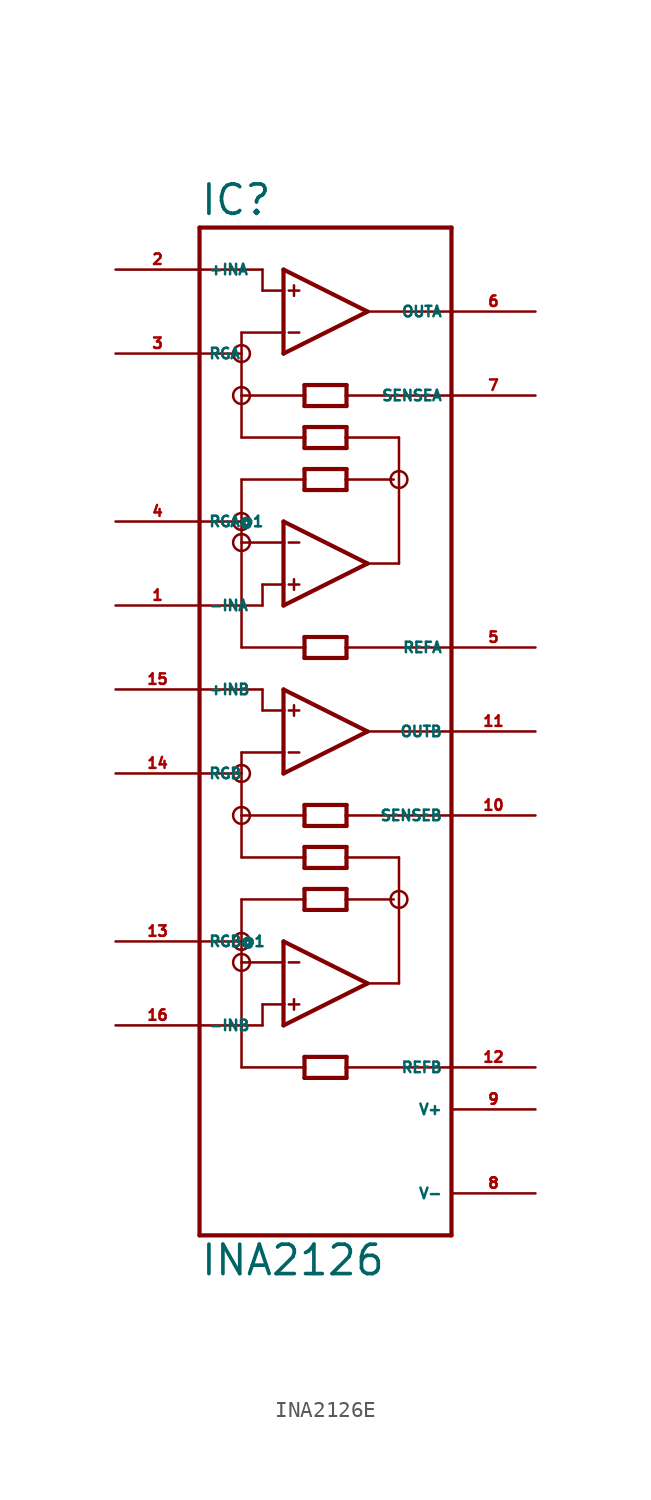
<source format=kicad_sym>
(kicad_symbol_lib
  (version 20220914)
  (generator Eagle2Kicad)
  (symbol "INA2126E"
    (property "Reference" "IC"
      (at -7.62 28.575 0)
      (effects (font (size 1.778 1.778) (thickness 0.22)) (justify left bottom)))
    (property "Value" "INA2126"
      (at -7.62 -35.56 0)
      (effects (font (size 1.778 1.778) (thickness 0.22)) (justify left bottom)))
    (polyline
      (pts (xy -2.54 20.32) (xy -2.54 21.59))
      (stroke (width 0.254) (type default))
      (fill (type none)))
    (polyline
      (pts (xy -2.54 21.59) (xy -2.54 24.13))
      (stroke (width 0.254) (type default))
      (fill (type none)))
    (polyline
      (pts (xy -2.54 24.13) (xy -2.54 25.4))
      (stroke (width 0.254) (type default))
      (fill (type none)))
    (polyline
      (pts (xy -2.54 25.4) (xy 2.54 22.86))
      (stroke (width 0.254) (type default))
      (fill (type none)))
    (polyline
      (pts (xy 2.54 22.86) (xy -2.54 20.32))
      (stroke (width 0.254) (type default))
      (fill (type none)))
    (polyline
      (pts (xy -2.54 24.13) (xy -3.81 24.13))
      (stroke (width 0.152) (type default))
      (fill (type none)))
    (polyline
      (pts (xy 1.27 15.875) (xy 1.27 15.24))
      (stroke (width 0.254) (type default))
      (fill (type none)))
    (polyline
      (pts (xy 1.27 15.24) (xy 1.27 14.605))
      (stroke (width 0.254) (type default))
      (fill (type none)))
    (polyline
      (pts (xy 1.27 14.605) (xy -1.27 14.605))
      (stroke (width 0.254) (type default))
      (fill (type none)))
    (polyline
      (pts (xy -1.27 14.605) (xy -1.27 15.24))
      (stroke (width 0.254) (type default))
      (fill (type none)))
    (polyline
      (pts (xy -1.27 15.24) (xy -1.27 15.875))
      (stroke (width 0.254) (type default))
      (fill (type none)))
    (polyline
      (pts (xy -1.27 15.875) (xy 1.27 15.875))
      (stroke (width 0.254) (type default))
      (fill (type none)))
    (polyline
      (pts (xy -1.27 18.415) (xy -1.27 17.78))
      (stroke (width 0.254) (type default))
      (fill (type none)))
    (polyline
      (pts (xy -1.27 17.78) (xy -1.27 17.145))
      (stroke (width 0.254) (type default))
      (fill (type none)))
    (polyline
      (pts (xy -1.27 17.145) (xy 1.27 17.145))
      (stroke (width 0.254) (type default))
      (fill (type none)))
    (polyline
      (pts (xy 1.27 17.145) (xy 1.27 17.78))
      (stroke (width 0.254) (type default))
      (fill (type none)))
    (polyline
      (pts (xy 1.27 17.78) (xy 1.27 18.415))
      (stroke (width 0.254) (type default))
      (fill (type none)))
    (polyline
      (pts (xy 1.27 18.415) (xy -1.27 18.415))
      (stroke (width 0.254) (type default))
      (fill (type none)))
    (polyline
      (pts (xy -2.54 21.59) (xy -5.08 21.59))
      (stroke (width 0.152) (type default))
      (fill (type none)))
    (polyline
      (pts (xy -5.08 21.59) (xy -5.08 20.32))
      (stroke (width 0.152) (type default))
      (fill (type none)))
    (polyline
      (pts (xy -2.223 24.13) (xy -1.587 24.13))
      (stroke (width 0.152) (type default))
      (fill (type none)))
    (polyline
      (pts (xy -2.223 21.59) (xy -1.587 21.59))
      (stroke (width 0.152) (type default))
      (fill (type none)))
    (polyline
      (pts (xy -1.905 24.448) (xy -1.905 23.812))
      (stroke (width 0.152) (type default))
      (fill (type none)))
    (polyline
      (pts (xy 2.54 22.86) (xy 7.62 22.86))
      (stroke (width 0.152) (type default))
      (fill (type none)))
    (polyline
      (pts (xy -2.54 5.08) (xy -2.54 6.35))
      (stroke (width 0.254) (type default))
      (fill (type none)))
    (polyline
      (pts (xy -2.54 6.35) (xy -2.54 8.89))
      (stroke (width 0.254) (type default))
      (fill (type none)))
    (polyline
      (pts (xy -2.54 8.89) (xy -2.54 10.16))
      (stroke (width 0.254) (type default))
      (fill (type none)))
    (polyline
      (pts (xy -2.54 10.16) (xy 2.54 7.62))
      (stroke (width 0.254) (type default))
      (fill (type none)))
    (polyline
      (pts (xy 2.54 7.62) (xy -2.54 5.08))
      (stroke (width 0.254) (type default))
      (fill (type none)))
    (polyline
      (pts (xy 1.27 12.065) (xy 1.27 12.7))
      (stroke (width 0.254) (type default))
      (fill (type none)))
    (polyline
      (pts (xy 1.27 12.7) (xy 1.27 13.335))
      (stroke (width 0.254) (type default))
      (fill (type none)))
    (polyline
      (pts (xy 1.27 13.335) (xy -1.27 13.335))
      (stroke (width 0.254) (type default))
      (fill (type none)))
    (polyline
      (pts (xy -1.27 13.335) (xy -1.27 12.7))
      (stroke (width 0.254) (type default))
      (fill (type none)))
    (polyline
      (pts (xy -1.27 12.7) (xy -1.27 12.065))
      (stroke (width 0.254) (type default))
      (fill (type none)))
    (polyline
      (pts (xy -1.27 12.065) (xy 1.27 12.065))
      (stroke (width 0.254) (type default))
      (fill (type none)))
    (polyline
      (pts (xy -1.27 1.905) (xy -1.27 2.54))
      (stroke (width 0.254) (type default))
      (fill (type none)))
    (polyline
      (pts (xy -1.27 2.54) (xy -1.27 3.175))
      (stroke (width 0.254) (type default))
      (fill (type none)))
    (polyline
      (pts (xy -1.27 3.175) (xy 1.27 3.175))
      (stroke (width 0.254) (type default))
      (fill (type none)))
    (polyline
      (pts (xy 1.27 3.175) (xy 1.27 2.54))
      (stroke (width 0.254) (type default))
      (fill (type none)))
    (polyline
      (pts (xy 1.27 2.54) (xy 1.27 1.905))
      (stroke (width 0.254) (type default))
      (fill (type none)))
    (polyline
      (pts (xy 1.27 1.905) (xy -1.27 1.905))
      (stroke (width 0.254) (type default))
      (fill (type none)))
    (polyline
      (pts (xy -2.54 8.89) (xy -5.08 8.89))
      (stroke (width 0.152) (type default))
      (fill (type none)))
    (polyline
      (pts (xy -5.08 8.89) (xy -5.08 10.16))
      (stroke (width 0.152) (type default))
      (fill (type none)))
    (polyline
      (pts (xy -2.54 6.35) (xy -3.81 6.35))
      (stroke (width 0.152) (type default))
      (fill (type none)))
    (polyline
      (pts (xy -2.223 8.89) (xy -1.587 8.89))
      (stroke (width 0.152) (type default))
      (fill (type none)))
    (polyline
      (pts (xy -2.223 6.35) (xy -1.587 6.35))
      (stroke (width 0.152) (type default))
      (fill (type none)))
    (polyline
      (pts (xy -1.905 6.668) (xy -1.905 6.032))
      (stroke (width 0.152) (type default))
      (fill (type none)))
    (polyline
      (pts (xy 2.54 7.62) (xy 4.445 7.62))
      (stroke (width 0.152) (type default))
      (fill (type none)))
    (polyline
      (pts (xy -7.62 25.4) (xy -3.81 25.4))
      (stroke (width 0.152) (type default))
      (fill (type none)))
    (polyline
      (pts (xy -3.81 25.4) (xy -3.81 24.13))
      (stroke (width 0.152) (type default))
      (fill (type none)))
    (polyline
      (pts (xy -7.62 20.32) (xy -5.08 20.32))
      (stroke (width 0.152) (type default))
      (fill (type none)))
    (polyline
      (pts (xy -5.08 20.32) (xy -5.08 17.78))
      (stroke (width 0.152) (type default))
      (fill (type none)))
    (polyline
      (pts (xy -5.08 17.78) (xy -1.27 17.78))
      (stroke (width 0.152) (type default))
      (fill (type none)))
    (polyline
      (pts (xy -3.81 6.35) (xy -3.81 5.08))
      (stroke (width 0.152) (type default))
      (fill (type none)))
    (polyline
      (pts (xy -3.81 5.08) (xy -7.62 5.08))
      (stroke (width 0.152) (type default))
      (fill (type none)))
    (polyline
      (pts (xy -7.62 10.16) (xy -5.08 10.16))
      (stroke (width 0.152) (type default))
      (fill (type none)))
    (polyline
      (pts (xy -5.08 15.24) (xy -1.27 15.24))
      (stroke (width 0.152) (type default))
      (fill (type none)))
    (polyline
      (pts (xy -5.08 17.78) (xy -5.08 15.24))
      (stroke (width 0.152) (type default))
      (fill (type none)))
    (polyline
      (pts (xy 1.27 15.24) (xy 4.445 15.24))
      (stroke (width 0.152) (type default))
      (fill (type none)))
    (polyline
      (pts (xy 4.445 15.24) (xy 4.445 7.62))
      (stroke (width 0.152) (type default))
      (fill (type none)))
    (polyline
      (pts (xy 1.27 12.7) (xy 4.128 12.7))
      (stroke (width 0.152) (type default))
      (fill (type none)))
    (polyline
      (pts (xy -1.27 12.7) (xy -5.08 12.7))
      (stroke (width 0.152) (type default))
      (fill (type none)))
    (polyline
      (pts (xy -5.08 12.7) (xy -5.08 10.16))
      (stroke (width 0.152) (type default))
      (fill (type none)))
    (polyline
      (pts (xy -5.08 8.89) (xy -5.08 2.54))
      (stroke (width 0.152) (type default))
      (fill (type none)))
    (polyline
      (pts (xy 1.27 2.54) (xy 7.62 2.54))
      (stroke (width 0.152) (type default))
      (fill (type none)))
    (polyline
      (pts (xy -5.08 2.54) (xy -1.27 2.54))
      (stroke (width 0.152) (type default))
      (fill (type none)))
    (polyline
      (pts (xy -2.54 -5.08) (xy -2.54 -3.81))
      (stroke (width 0.254) (type default))
      (fill (type none)))
    (polyline
      (pts (xy -2.54 -3.81) (xy -2.54 -1.27))
      (stroke (width 0.254) (type default))
      (fill (type none)))
    (polyline
      (pts (xy -2.54 -1.27) (xy -2.54 0))
      (stroke (width 0.254) (type default))
      (fill (type none)))
    (polyline
      (pts (xy -2.54 0) (xy 2.54 -2.54))
      (stroke (width 0.254) (type default))
      (fill (type none)))
    (polyline
      (pts (xy 2.54 -2.54) (xy -2.54 -5.08))
      (stroke (width 0.254) (type default))
      (fill (type none)))
    (polyline
      (pts (xy -2.54 -1.27) (xy -3.81 -1.27))
      (stroke (width 0.152) (type default))
      (fill (type none)))
    (polyline
      (pts (xy 1.27 -9.525) (xy 1.27 -10.16))
      (stroke (width 0.254) (type default))
      (fill (type none)))
    (polyline
      (pts (xy 1.27 -10.16) (xy 1.27 -10.795))
      (stroke (width 0.254) (type default))
      (fill (type none)))
    (polyline
      (pts (xy 1.27 -10.795) (xy -1.27 -10.795))
      (stroke (width 0.254) (type default))
      (fill (type none)))
    (polyline
      (pts (xy -1.27 -10.795) (xy -1.27 -10.16))
      (stroke (width 0.254) (type default))
      (fill (type none)))
    (polyline
      (pts (xy -1.27 -10.16) (xy -1.27 -9.525))
      (stroke (width 0.254) (type default))
      (fill (type none)))
    (polyline
      (pts (xy -1.27 -9.525) (xy 1.27 -9.525))
      (stroke (width 0.254) (type default))
      (fill (type none)))
    (polyline
      (pts (xy -1.27 -6.985) (xy -1.27 -7.62))
      (stroke (width 0.254) (type default))
      (fill (type none)))
    (polyline
      (pts (xy -1.27 -7.62) (xy -1.27 -8.255))
      (stroke (width 0.254) (type default))
      (fill (type none)))
    (polyline
      (pts (xy -1.27 -8.255) (xy 1.27 -8.255))
      (stroke (width 0.254) (type default))
      (fill (type none)))
    (polyline
      (pts (xy 1.27 -8.255) (xy 1.27 -7.62))
      (stroke (width 0.254) (type default))
      (fill (type none)))
    (polyline
      (pts (xy 1.27 -7.62) (xy 1.27 -6.985))
      (stroke (width 0.254) (type default))
      (fill (type none)))
    (polyline
      (pts (xy 1.27 -6.985) (xy -1.27 -6.985))
      (stroke (width 0.254) (type default))
      (fill (type none)))
    (polyline
      (pts (xy -2.54 -3.81) (xy -5.08 -3.81))
      (stroke (width 0.152) (type default))
      (fill (type none)))
    (polyline
      (pts (xy -5.08 -3.81) (xy -5.08 -5.08))
      (stroke (width 0.152) (type default))
      (fill (type none)))
    (polyline
      (pts (xy -2.223 -1.27) (xy -1.587 -1.27))
      (stroke (width 0.152) (type default))
      (fill (type none)))
    (polyline
      (pts (xy -2.223 -3.81) (xy -1.587 -3.81))
      (stroke (width 0.152) (type default))
      (fill (type none)))
    (polyline
      (pts (xy -1.905 -0.953) (xy -1.905 -1.587))
      (stroke (width 0.152) (type default))
      (fill (type none)))
    (polyline
      (pts (xy 2.54 -2.54) (xy 7.62 -2.54))
      (stroke (width 0.152) (type default))
      (fill (type none)))
    (polyline
      (pts (xy -2.54 -20.32) (xy -2.54 -19.05))
      (stroke (width 0.254) (type default))
      (fill (type none)))
    (polyline
      (pts (xy -2.54 -19.05) (xy -2.54 -16.51))
      (stroke (width 0.254) (type default))
      (fill (type none)))
    (polyline
      (pts (xy -2.54 -16.51) (xy -2.54 -15.24))
      (stroke (width 0.254) (type default))
      (fill (type none)))
    (polyline
      (pts (xy -2.54 -15.24) (xy 2.54 -17.78))
      (stroke (width 0.254) (type default))
      (fill (type none)))
    (polyline
      (pts (xy 2.54 -17.78) (xy -2.54 -20.32))
      (stroke (width 0.254) (type default))
      (fill (type none)))
    (polyline
      (pts (xy 1.27 -13.335) (xy 1.27 -12.7))
      (stroke (width 0.254) (type default))
      (fill (type none)))
    (polyline
      (pts (xy 1.27 -12.7) (xy 1.27 -12.065))
      (stroke (width 0.254) (type default))
      (fill (type none)))
    (polyline
      (pts (xy 1.27 -12.065) (xy -1.27 -12.065))
      (stroke (width 0.254) (type default))
      (fill (type none)))
    (polyline
      (pts (xy -1.27 -12.065) (xy -1.27 -12.7))
      (stroke (width 0.254) (type default))
      (fill (type none)))
    (polyline
      (pts (xy -1.27 -12.7) (xy -1.27 -13.335))
      (stroke (width 0.254) (type default))
      (fill (type none)))
    (polyline
      (pts (xy -1.27 -13.335) (xy 1.27 -13.335))
      (stroke (width 0.254) (type default))
      (fill (type none)))
    (polyline
      (pts (xy -1.27 -23.495) (xy -1.27 -22.86))
      (stroke (width 0.254) (type default))
      (fill (type none)))
    (polyline
      (pts (xy -1.27 -22.86) (xy -1.27 -22.225))
      (stroke (width 0.254) (type default))
      (fill (type none)))
    (polyline
      (pts (xy -1.27 -22.225) (xy 1.27 -22.225))
      (stroke (width 0.254) (type default))
      (fill (type none)))
    (polyline
      (pts (xy 1.27 -22.225) (xy 1.27 -22.86))
      (stroke (width 0.254) (type default))
      (fill (type none)))
    (polyline
      (pts (xy 1.27 -22.86) (xy 1.27 -23.495))
      (stroke (width 0.254) (type default))
      (fill (type none)))
    (polyline
      (pts (xy 1.27 -23.495) (xy -1.27 -23.495))
      (stroke (width 0.254) (type default))
      (fill (type none)))
    (polyline
      (pts (xy -2.54 -16.51) (xy -5.08 -16.51))
      (stroke (width 0.152) (type default))
      (fill (type none)))
    (polyline
      (pts (xy -5.08 -16.51) (xy -5.08 -15.24))
      (stroke (width 0.152) (type default))
      (fill (type none)))
    (polyline
      (pts (xy -2.54 -19.05) (xy -3.81 -19.05))
      (stroke (width 0.152) (type default))
      (fill (type none)))
    (polyline
      (pts (xy -2.223 -16.51) (xy -1.587 -16.51))
      (stroke (width 0.152) (type default))
      (fill (type none)))
    (polyline
      (pts (xy -2.223 -19.05) (xy -1.587 -19.05))
      (stroke (width 0.152) (type default))
      (fill (type none)))
    (polyline
      (pts (xy -1.905 -18.733) (xy -1.905 -19.367))
      (stroke (width 0.152) (type default))
      (fill (type none)))
    (polyline
      (pts (xy 2.54 -17.78) (xy 4.445 -17.78))
      (stroke (width 0.152) (type default))
      (fill (type none)))
    (polyline
      (pts (xy -7.62 0) (xy -3.81 0))
      (stroke (width 0.152) (type default))
      (fill (type none)))
    (polyline
      (pts (xy -3.81 0) (xy -3.81 -1.27))
      (stroke (width 0.152) (type default))
      (fill (type none)))
    (polyline
      (pts (xy -7.62 -5.08) (xy -5.08 -5.08))
      (stroke (width 0.152) (type default))
      (fill (type none)))
    (polyline
      (pts (xy -5.08 -5.08) (xy -5.08 -7.62))
      (stroke (width 0.152) (type default))
      (fill (type none)))
    (polyline
      (pts (xy -5.08 -7.62) (xy -1.27 -7.62))
      (stroke (width 0.152) (type default))
      (fill (type none)))
    (polyline
      (pts (xy -3.81 -19.05) (xy -3.81 -20.32))
      (stroke (width 0.152) (type default))
      (fill (type none)))
    (polyline
      (pts (xy -3.81 -20.32) (xy -7.62 -20.32))
      (stroke (width 0.152) (type default))
      (fill (type none)))
    (polyline
      (pts (xy -7.62 -15.24) (xy -5.08 -15.24))
      (stroke (width 0.152) (type default))
      (fill (type none)))
    (polyline
      (pts (xy -5.08 -10.16) (xy -1.27 -10.16))
      (stroke (width 0.152) (type default))
      (fill (type none)))
    (polyline
      (pts (xy -5.08 -7.62) (xy -5.08 -10.16))
      (stroke (width 0.152) (type default))
      (fill (type none)))
    (polyline
      (pts (xy 1.27 -10.16) (xy 4.445 -10.16))
      (stroke (width 0.152) (type default))
      (fill (type none)))
    (polyline
      (pts (xy 4.445 -10.16) (xy 4.445 -17.78))
      (stroke (width 0.152) (type default))
      (fill (type none)))
    (polyline
      (pts (xy 1.27 -12.7) (xy 4.128 -12.7))
      (stroke (width 0.152) (type default))
      (fill (type none)))
    (polyline
      (pts (xy -1.27 -12.7) (xy -5.08 -12.7))
      (stroke (width 0.152) (type default))
      (fill (type none)))
    (polyline
      (pts (xy -5.08 -12.7) (xy -5.08 -15.24))
      (stroke (width 0.152) (type default))
      (fill (type none)))
    (polyline
      (pts (xy -5.08 -16.51) (xy -5.08 -22.86))
      (stroke (width 0.152) (type default))
      (fill (type none)))
    (polyline
      (pts (xy -5.08 -22.86) (xy -1.27 -22.86))
      (stroke (width 0.152) (type default))
      (fill (type none)))
    (polyline
      (pts (xy 7.62 -33.02) (xy -7.62 -33.02))
      (stroke (width 0.254) (type default))
      (fill (type none)))
    (polyline
      (pts (xy -7.62 -33.02) (xy -7.62 27.94))
      (stroke (width 0.254) (type default))
      (fill (type none)))
    (polyline
      (pts (xy -7.62 27.94) (xy 7.62 27.94))
      (stroke (width 0.254) (type default))
      (fill (type none)))
    (polyline
      (pts (xy 7.62 27.94) (xy 7.62 17.78))
      (stroke (width 0.254) (type default))
      (fill (type none)))
    (polyline
      (pts (xy 7.62 17.78) (xy 7.62 2.54))
      (stroke (width 0.254) (type default))
      (fill (type none)))
    (polyline
      (pts (xy 7.62 2.54) (xy 7.62 -7.62))
      (stroke (width 0.254) (type default))
      (fill (type none)))
    (polyline
      (pts (xy 7.62 -7.62) (xy 7.62 -22.86))
      (stroke (width 0.254) (type default))
      (fill (type none)))
    (polyline
      (pts (xy 7.62 -22.86) (xy 7.62 -33.02))
      (stroke (width 0.254) (type default))
      (fill (type none)))
    (polyline
      (pts (xy 1.27 17.78) (xy 7.62 17.78))
      (stroke (width 0.152) (type default))
      (fill (type none)))
    (polyline
      (pts (xy 1.27 -22.86) (xy 7.62 -22.86))
      (stroke (width 0.152) (type default))
      (fill (type none)))
    (polyline
      (pts (xy 1.27 -7.62) (xy 7.62 -7.62))
      (stroke (width 0.152) (type default))
      (fill (type none)))
    (circle
      (center -5.08 20.32)
      (radius 0.508)
      (stroke (width 0) (type default))
      (fill (type none)))
    (circle
      (center -5.08 17.78)
      (radius 0.508)
      (stroke (width 0) (type default))
      (fill (type none)))
    (circle
      (center -5.08 10.16)
      (radius 0.508)
      (stroke (width 0) (type default))
      (fill (type none)))
    (circle
      (center -5.08 8.89)
      (radius 0.508)
      (stroke (width 0) (type default))
      (fill (type none)))
    (circle
      (center 4.445 12.7)
      (radius 0.508)
      (stroke (width 0) (type default))
      (fill (type none)))
    (circle
      (center -5.08 -5.08)
      (radius 0.508)
      (stroke (width 0) (type default))
      (fill (type none)))
    (circle
      (center -5.08 -7.62)
      (radius 0.508)
      (stroke (width 0) (type default))
      (fill (type none)))
    (circle
      (center -5.08 -16.51)
      (radius 0.508)
      (stroke (width 0) (type default))
      (fill (type none)))
    (circle
      (center -5.08 -15.24)
      (radius 0.508)
      (stroke (width 0) (type default))
      (fill (type none)))
    (circle
      (center 4.445 -12.7)
      (radius 0.508)
      (stroke (width 0) (type default))
      (fill (type none)))
    (pin input line
      (at -12.7 25.4 0)
      (length 5.08)
      (name "+INA" (effects (font (size 0.635 0.635) (thickness 0.08)) (justify left bottom)))
      (number "2" (effects (font (size 0.635 0.635) (thickness 0.08)) (justify left bottom))))
    (pin input line
      (at -12.7 5.08 0)
      (length 5.08)
      (name "-INA" (effects (font (size 0.635 0.635) (thickness 0.08)) (justify left bottom)))
      (number "1" (effects (font (size 0.635 0.635) (thickness 0.08)) (justify left bottom))))
    (pin input line
      (at -12.7 0 0)
      (length 5.08)
      (name "+INB" (effects (font (size 0.635 0.635) (thickness 0.08)) (justify left bottom)))
      (number "15" (effects (font (size 0.635 0.635) (thickness 0.08)) (justify left bottom))))
    (pin input line
      (at -12.7 -20.32 0)
      (length 5.08)
      (name "-INB" (effects (font (size 0.635 0.635) (thickness 0.08)) (justify left bottom)))
      (number "16" (effects (font (size 0.635 0.635) (thickness 0.08)) (justify left bottom))))
    (pin output line
      (at 12.7 22.86 180)
      (length 5.08)
      (name "OUTA" (effects (font (size 0.635 0.635) (thickness 0.08)) (justify left bottom)))
      (number "6" (effects (font (size 0.635 0.635) (thickness 0.08)) (justify left bottom))))
    (pin passive line
      (at 12.7 17.78 180)
      (length 5.08)
      (name "SENSEA" (effects (font (size 0.635 0.635) (thickness 0.08)) (justify left bottom)))
      (number "7" (effects (font (size 0.635 0.635) (thickness 0.08)) (justify left bottom))))
    (pin output line
      (at 12.7 -2.54 180)
      (length 5.08)
      (name "OUTB" (effects (font (size 0.635 0.635) (thickness 0.08)) (justify left bottom)))
      (number "11" (effects (font (size 0.635 0.635) (thickness 0.08)) (justify left bottom))))
    (pin passive line
      (at 12.7 -7.62 180)
      (length 5.08)
      (name "SENSEB" (effects (font (size 0.635 0.635) (thickness 0.08)) (justify left bottom)))
      (number "10" (effects (font (size 0.635 0.635) (thickness 0.08)) (justify left bottom))))
    (pin passive line
      (at -12.7 20.32 0)
      (length 5.08)
      (name "RGA" (effects (font (size 0.635 0.635) (thickness 0.08)) (justify left bottom)))
      (number "3" (effects (font (size 0.635 0.635) (thickness 0.08)) (justify left bottom))))
    (pin passive line
      (at -12.7 10.16 0)
      (length 5.08)
      (name "RGA@1" (effects (font (size 0.635 0.635) (thickness 0.08)) (justify left bottom)))
      (number "4" (effects (font (size 0.635 0.635) (thickness 0.08)) (justify left bottom))))
    (pin passive line
      (at -12.7 -5.08 0)
      (length 5.08)
      (name "RGB" (effects (font (size 0.635 0.635) (thickness 0.08)) (justify left bottom)))
      (number "14" (effects (font (size 0.635 0.635) (thickness 0.08)) (justify left bottom))))
    (pin passive line
      (at -12.7 -15.24 0)
      (length 5.08)
      (name "RGB@1" (effects (font (size 0.635 0.635) (thickness 0.08)) (justify left bottom)))
      (number "13" (effects (font (size 0.635 0.635) (thickness 0.08)) (justify left bottom))))
    (pin unspecified line
      (at 12.7 2.54 180)
      (length 5.08)
      (name "REFA" (effects (font (size 0.635 0.635) (thickness 0.08)) (justify left bottom)))
      (number "5" (effects (font (size 0.635 0.635) (thickness 0.08)) (justify left bottom))))
    (pin unspecified line
      (at 12.7 -22.86 180)
      (length 5.08)
      (name "REFB" (effects (font (size 0.635 0.635) (thickness 0.08)) (justify left bottom)))
      (number "12" (effects (font (size 0.635 0.635) (thickness 0.08)) (justify left bottom))))
    (pin unspecified line
      (at 12.7 -25.4 180)
      (length 5.08)
      (name "V+" (effects (font (size 0.635 0.635) (thickness 0.08)) (justify left bottom)))
      (number "9" (effects (font (size 0.635 0.635) (thickness 0.08)) (justify left bottom))))
    (pin unspecified line
      (at 12.7 -30.48 180)
      (length 5.08)
      (name "V-" (effects (font (size 0.635 0.635) (thickness 0.08)) (justify left bottom)))
      (number "8" (effects (font (size 0.635 0.635) (thickness 0.08)) (justify left bottom))))))
</source>
